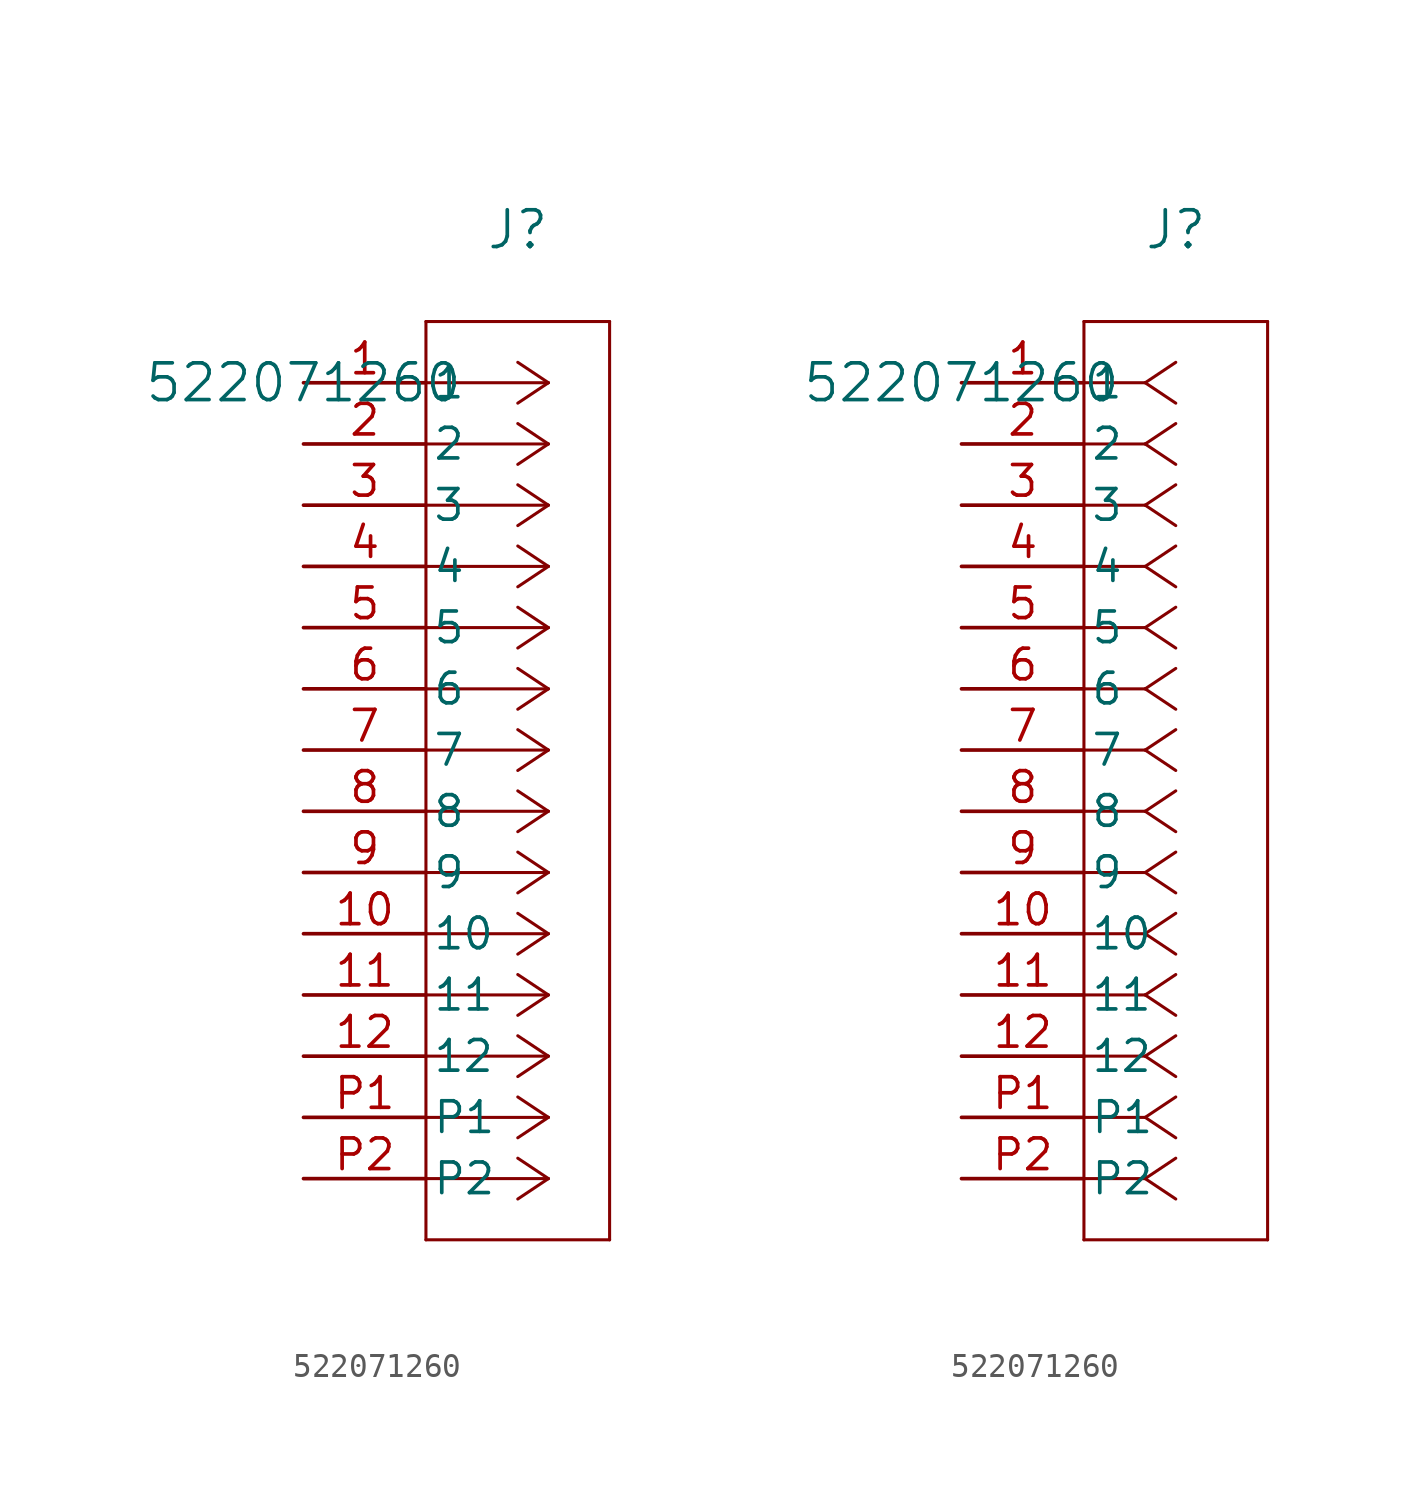
<source format=kicad_sym>
(kicad_symbol_lib
  (version 20220914)
  (generator kicad_symbol_editor)
  (symbol "522071260"
    (pin_names
      (offset 0.254))
    (property "Reference" "J"
      (at 8.89 6.35 0)
      (effects (font (size 1.524 1.524))))
    (property "Value" "522071260"
      (at 0 0 0)
      (effects (font (size 1.524 1.524))))
    (symbol "522071260_1_1"
      (polyline (pts (xy 5.08 -35.56) (xy 12.7 -35.56)) (stroke (width 0.127) (type default)) (fill (type none)))
      (polyline (pts (xy 5.08 2.54) (xy 5.08 -35.56)) (stroke (width 0.127) (type default)) (fill (type none)))
      (polyline (pts (xy 10.16 -33.02) (xy 5.08 -33.02)) (stroke (width 0.127) (type default)) (fill (type none)))
      (polyline (pts (xy 10.16 -33.02) (xy 8.89 -33.867)) (stroke (width 0.127) (type default)) (fill (type none)))
      (polyline (pts (xy 10.16 -33.02) (xy 8.89 -32.173)) (stroke (width 0.127) (type default)) (fill (type none)))
      (polyline (pts (xy 10.16 -30.48) (xy 5.08 -30.48)) (stroke (width 0.127) (type default)) (fill (type none)))
      (polyline (pts (xy 10.16 -30.48) (xy 8.89 -31.327)) (stroke (width 0.127) (type default)) (fill (type none)))
      (polyline (pts (xy 10.16 -30.48) (xy 8.89 -29.633)) (stroke (width 0.127) (type default)) (fill (type none)))
      (polyline (pts (xy 10.16 -27.94) (xy 5.08 -27.94)) (stroke (width 0.127) (type default)) (fill (type none)))
      (polyline (pts (xy 10.16 -27.94) (xy 8.89 -28.787)) (stroke (width 0.127) (type default)) (fill (type none)))
      (polyline (pts (xy 10.16 -27.94) (xy 8.89 -27.093)) (stroke (width 0.127) (type default)) (fill (type none)))
      (polyline (pts (xy 10.16 -25.4) (xy 5.08 -25.4)) (stroke (width 0.127) (type default)) (fill (type none)))
      (polyline (pts (xy 10.16 -25.4) (xy 8.89 -26.247)) (stroke (width 0.127) (type default)) (fill (type none)))
      (polyline (pts (xy 10.16 -25.4) (xy 8.89 -24.553)) (stroke (width 0.127) (type default)) (fill (type none)))
      (polyline (pts (xy 10.16 -22.86) (xy 5.08 -22.86)) (stroke (width 0.127) (type default)) (fill (type none)))
      (polyline (pts (xy 10.16 -22.86) (xy 8.89 -23.707)) (stroke (width 0.127) (type default)) (fill (type none)))
      (polyline (pts (xy 10.16 -22.86) (xy 8.89 -22.013)) (stroke (width 0.127) (type default)) (fill (type none)))
      (polyline (pts (xy 10.16 -20.32) (xy 5.08 -20.32)) (stroke (width 0.127) (type default)) (fill (type none)))
      (polyline (pts (xy 10.16 -20.32) (xy 8.89 -21.167)) (stroke (width 0.127) (type default)) (fill (type none)))
      (polyline (pts (xy 10.16 -20.32) (xy 8.89 -19.473)) (stroke (width 0.127) (type default)) (fill (type none)))
      (polyline (pts (xy 10.16 -17.78) (xy 5.08 -17.78)) (stroke (width 0.127) (type default)) (fill (type none)))
      (polyline (pts (xy 10.16 -17.78) (xy 8.89 -18.627)) (stroke (width 0.127) (type default)) (fill (type none)))
      (polyline (pts (xy 10.16 -17.78) (xy 8.89 -16.933)) (stroke (width 0.127) (type default)) (fill (type none)))
      (polyline (pts (xy 10.16 -15.24) (xy 5.08 -15.24)) (stroke (width 0.127) (type default)) (fill (type none)))
      (polyline (pts (xy 10.16 -15.24) (xy 8.89 -16.087)) (stroke (width 0.127) (type default)) (fill (type none)))
      (polyline (pts (xy 10.16 -15.24) (xy 8.89 -14.393)) (stroke (width 0.127) (type default)) (fill (type none)))
      (polyline (pts (xy 10.16 -12.7) (xy 5.08 -12.7)) (stroke (width 0.127) (type default)) (fill (type none)))
      (polyline (pts (xy 10.16 -12.7) (xy 8.89 -13.547)) (stroke (width 0.127) (type default)) (fill (type none)))
      (polyline (pts (xy 10.16 -12.7) (xy 8.89 -11.853)) (stroke (width 0.127) (type default)) (fill (type none)))
      (polyline (pts (xy 10.16 -10.16) (xy 5.08 -10.16)) (stroke (width 0.127) (type default)) (fill (type none)))
      (polyline (pts (xy 10.16 -10.16) (xy 8.89 -11.007)) (stroke (width 0.127) (type default)) (fill (type none)))
      (polyline (pts (xy 10.16 -10.16) (xy 8.89 -9.313)) (stroke (width 0.127) (type default)) (fill (type none)))
      (polyline (pts (xy 10.16 -7.62) (xy 5.08 -7.62)) (stroke (width 0.127) (type default)) (fill (type none)))
      (polyline (pts (xy 10.16 -7.62) (xy 8.89 -8.467)) (stroke (width 0.127) (type default)) (fill (type none)))
      (polyline (pts (xy 10.16 -7.62) (xy 8.89 -6.773)) (stroke (width 0.127) (type default)) (fill (type none)))
      (polyline (pts (xy 10.16 -5.08) (xy 5.08 -5.08)) (stroke (width 0.127) (type default)) (fill (type none)))
      (polyline (pts (xy 10.16 -5.08) (xy 8.89 -5.927)) (stroke (width 0.127) (type default)) (fill (type none)))
      (polyline (pts (xy 10.16 -5.08) (xy 8.89 -4.233)) (stroke (width 0.127) (type default)) (fill (type none)))
      (polyline (pts (xy 10.16 -2.54) (xy 5.08 -2.54)) (stroke (width 0.127) (type default)) (fill (type none)))
      (polyline (pts (xy 10.16 -2.54) (xy 8.89 -3.387)) (stroke (width 0.127) (type default)) (fill (type none)))
      (polyline (pts (xy 10.16 -2.54) (xy 8.89 -1.693)) (stroke (width 0.127) (type default)) (fill (type none)))
      (polyline (pts (xy 10.16 0) (xy 5.08 0)) (stroke (width 0.127) (type default)) (fill (type none)))
      (polyline (pts (xy 10.16 0) (xy 8.89 -0.847)) (stroke (width 0.127) (type default)) (fill (type none)))
      (polyline (pts (xy 10.16 0) (xy 8.89 0.847)) (stroke (width 0.127) (type default)) (fill (type none)))
      (polyline (pts (xy 12.7 -35.56) (xy 12.7 2.54)) (stroke (width 0.127) (type default)) (fill (type none)))
      (polyline (pts (xy 12.7 2.54) (xy 5.08 2.54)) (stroke (width 0.127) (type default)) (fill (type none)))
      (pin unspecified line (at 0 0 0) (length 5.08) (name "1" (effects (font (size 1.27 1.27)))) (number "1" (effects (font (size 1.27 1.27)))))
      (pin unspecified line (at 0 -22.86 0) (length 5.08) (name "10" (effects (font (size 1.27 1.27)))) (number "10" (effects (font (size 1.27 1.27)))))
      (pin unspecified line (at 0 -25.4 0) (length 5.08) (name "11" (effects (font (size 1.27 1.27)))) (number "11" (effects (font (size 1.27 1.27)))))
      (pin unspecified line (at 0 -27.94 0) (length 5.08) (name "12" (effects (font (size 1.27 1.27)))) (number "12" (effects (font (size 1.27 1.27)))))
      (pin unspecified line (at 0 -2.54 0) (length 5.08) (name "2" (effects (font (size 1.27 1.27)))) (number "2" (effects (font (size 1.27 1.27)))))
      (pin unspecified line (at 0 -5.08 0) (length 5.08) (name "3" (effects (font (size 1.27 1.27)))) (number "3" (effects (font (size 1.27 1.27)))))
      (pin unspecified line (at 0 -7.62 0) (length 5.08) (name "4" (effects (font (size 1.27 1.27)))) (number "4" (effects (font (size 1.27 1.27)))))
      (pin unspecified line (at 0 -10.16 0) (length 5.08) (name "5" (effects (font (size 1.27 1.27)))) (number "5" (effects (font (size 1.27 1.27)))))
      (pin unspecified line (at 0 -12.7 0) (length 5.08) (name "6" (effects (font (size 1.27 1.27)))) (number "6" (effects (font (size 1.27 1.27)))))
      (pin unspecified line (at 0 -15.24 0) (length 5.08) (name "7" (effects (font (size 1.27 1.27)))) (number "7" (effects (font (size 1.27 1.27)))))
      (pin unspecified line (at 0 -17.78 0) (length 5.08) (name "8" (effects (font (size 1.27 1.27)))) (number "8" (effects (font (size 1.27 1.27)))))
      (pin unspecified line (at 0 -20.32 0) (length 5.08) (name "9" (effects (font (size 1.27 1.27)))) (number "9" (effects (font (size 1.27 1.27)))))
      (pin unspecified line (at 0 -30.48 0) (length 5.08) (name "P1" (effects (font (size 1.27 1.27)))) (number "P1" (effects (font (size 1.27 1.27)))))
      (pin unspecified line (at 0 -33.02 0) (length 5.08) (name "P2" (effects (font (size 1.27 1.27)))) (number "P2" (effects (font (size 1.27 1.27))))))
    (symbol "522071260_1_2"
      (polyline (pts (xy 5.08 -35.56) (xy 12.7 -35.56)) (stroke (width 0.127) (type default)) (fill (type none)))
      (polyline (pts (xy 5.08 2.54) (xy 5.08 -35.56)) (stroke (width 0.127) (type default)) (fill (type none)))
      (polyline (pts (xy 7.62 -33.02) (xy 5.08 -33.02)) (stroke (width 0.127) (type default)) (fill (type none)))
      (polyline (pts (xy 7.62 -33.02) (xy 8.89 -33.867)) (stroke (width 0.127) (type default)) (fill (type none)))
      (polyline (pts (xy 7.62 -33.02) (xy 8.89 -32.173)) (stroke (width 0.127) (type default)) (fill (type none)))
      (polyline (pts (xy 7.62 -30.48) (xy 5.08 -30.48)) (stroke (width 0.127) (type default)) (fill (type none)))
      (polyline (pts (xy 7.62 -30.48) (xy 8.89 -31.327)) (stroke (width 0.127) (type default)) (fill (type none)))
      (polyline (pts (xy 7.62 -30.48) (xy 8.89 -29.633)) (stroke (width 0.127) (type default)) (fill (type none)))
      (polyline (pts (xy 7.62 -27.94) (xy 5.08 -27.94)) (stroke (width 0.127) (type default)) (fill (type none)))
      (polyline (pts (xy 7.62 -27.94) (xy 8.89 -28.787)) (stroke (width 0.127) (type default)) (fill (type none)))
      (polyline (pts (xy 7.62 -27.94) (xy 8.89 -27.093)) (stroke (width 0.127) (type default)) (fill (type none)))
      (polyline (pts (xy 7.62 -25.4) (xy 5.08 -25.4)) (stroke (width 0.127) (type default)) (fill (type none)))
      (polyline (pts (xy 7.62 -25.4) (xy 8.89 -26.247)) (stroke (width 0.127) (type default)) (fill (type none)))
      (polyline (pts (xy 7.62 -25.4) (xy 8.89 -24.553)) (stroke (width 0.127) (type default)) (fill (type none)))
      (polyline (pts (xy 7.62 -22.86) (xy 5.08 -22.86)) (stroke (width 0.127) (type default)) (fill (type none)))
      (polyline (pts (xy 7.62 -22.86) (xy 8.89 -23.707)) (stroke (width 0.127) (type default)) (fill (type none)))
      (polyline (pts (xy 7.62 -22.86) (xy 8.89 -22.013)) (stroke (width 0.127) (type default)) (fill (type none)))
      (polyline (pts (xy 7.62 -20.32) (xy 5.08 -20.32)) (stroke (width 0.127) (type default)) (fill (type none)))
      (polyline (pts (xy 7.62 -20.32) (xy 8.89 -21.167)) (stroke (width 0.127) (type default)) (fill (type none)))
      (polyline (pts (xy 7.62 -20.32) (xy 8.89 -19.473)) (stroke (width 0.127) (type default)) (fill (type none)))
      (polyline (pts (xy 7.62 -17.78) (xy 5.08 -17.78)) (stroke (width 0.127) (type default)) (fill (type none)))
      (polyline (pts (xy 7.62 -17.78) (xy 8.89 -18.627)) (stroke (width 0.127) (type default)) (fill (type none)))
      (polyline (pts (xy 7.62 -17.78) (xy 8.89 -16.933)) (stroke (width 0.127) (type default)) (fill (type none)))
      (polyline (pts (xy 7.62 -15.24) (xy 5.08 -15.24)) (stroke (width 0.127) (type default)) (fill (type none)))
      (polyline (pts (xy 7.62 -15.24) (xy 8.89 -16.087)) (stroke (width 0.127) (type default)) (fill (type none)))
      (polyline (pts (xy 7.62 -15.24) (xy 8.89 -14.393)) (stroke (width 0.127) (type default)) (fill (type none)))
      (polyline (pts (xy 7.62 -12.7) (xy 5.08 -12.7)) (stroke (width 0.127) (type default)) (fill (type none)))
      (polyline (pts (xy 7.62 -12.7) (xy 8.89 -13.547)) (stroke (width 0.127) (type default)) (fill (type none)))
      (polyline (pts (xy 7.62 -12.7) (xy 8.89 -11.853)) (stroke (width 0.127) (type default)) (fill (type none)))
      (polyline (pts (xy 7.62 -10.16) (xy 5.08 -10.16)) (stroke (width 0.127) (type default)) (fill (type none)))
      (polyline (pts (xy 7.62 -10.16) (xy 8.89 -11.007)) (stroke (width 0.127) (type default)) (fill (type none)))
      (polyline (pts (xy 7.62 -10.16) (xy 8.89 -9.313)) (stroke (width 0.127) (type default)) (fill (type none)))
      (polyline (pts (xy 7.62 -7.62) (xy 5.08 -7.62)) (stroke (width 0.127) (type default)) (fill (type none)))
      (polyline (pts (xy 7.62 -7.62) (xy 8.89 -8.467)) (stroke (width 0.127) (type default)) (fill (type none)))
      (polyline (pts (xy 7.62 -7.62) (xy 8.89 -6.773)) (stroke (width 0.127) (type default)) (fill (type none)))
      (polyline (pts (xy 7.62 -5.08) (xy 5.08 -5.08)) (stroke (width 0.127) (type default)) (fill (type none)))
      (polyline (pts (xy 7.62 -5.08) (xy 8.89 -5.927)) (stroke (width 0.127) (type default)) (fill (type none)))
      (polyline (pts (xy 7.62 -5.08) (xy 8.89 -4.233)) (stroke (width 0.127) (type default)) (fill (type none)))
      (polyline (pts (xy 7.62 -2.54) (xy 5.08 -2.54)) (stroke (width 0.127) (type default)) (fill (type none)))
      (polyline (pts (xy 7.62 -2.54) (xy 8.89 -3.387)) (stroke (width 0.127) (type default)) (fill (type none)))
      (polyline (pts (xy 7.62 -2.54) (xy 8.89 -1.693)) (stroke (width 0.127) (type default)) (fill (type none)))
      (polyline (pts (xy 7.62 0) (xy 5.08 0)) (stroke (width 0.127) (type default)) (fill (type none)))
      (polyline (pts (xy 7.62 0) (xy 8.89 -0.847)) (stroke (width 0.127) (type default)) (fill (type none)))
      (polyline (pts (xy 7.62 0) (xy 8.89 0.847)) (stroke (width 0.127) (type default)) (fill (type none)))
      (polyline (pts (xy 12.7 -35.56) (xy 12.7 2.54)) (stroke (width 0.127) (type default)) (fill (type none)))
      (polyline (pts (xy 12.7 2.54) (xy 5.08 2.54)) (stroke (width 0.127) (type default)) (fill (type none)))
      (pin unspecified line (at 0 0 0) (length 5.08) (name "1" (effects (font (size 1.27 1.27)))) (number "1" (effects (font (size 1.27 1.27)))))
      (pin unspecified line (at 0 -22.86 0) (length 5.08) (name "10" (effects (font (size 1.27 1.27)))) (number "10" (effects (font (size 1.27 1.27)))))
      (pin unspecified line (at 0 -25.4 0) (length 5.08) (name "11" (effects (font (size 1.27 1.27)))) (number "11" (effects (font (size 1.27 1.27)))))
      (pin unspecified line (at 0 -27.94 0) (length 5.08) (name "12" (effects (font (size 1.27 1.27)))) (number "12" (effects (font (size 1.27 1.27)))))
      (pin unspecified line (at 0 -2.54 0) (length 5.08) (name "2" (effects (font (size 1.27 1.27)))) (number "2" (effects (font (size 1.27 1.27)))))
      (pin unspecified line (at 0 -5.08 0) (length 5.08) (name "3" (effects (font (size 1.27 1.27)))) (number "3" (effects (font (size 1.27 1.27)))))
      (pin unspecified line (at 0 -7.62 0) (length 5.08) (name "4" (effects (font (size 1.27 1.27)))) (number "4" (effects (font (size 1.27 1.27)))))
      (pin unspecified line (at 0 -10.16 0) (length 5.08) (name "5" (effects (font (size 1.27 1.27)))) (number "5" (effects (font (size 1.27 1.27)))))
      (pin unspecified line (at 0 -12.7 0) (length 5.08) (name "6" (effects (font (size 1.27 1.27)))) (number "6" (effects (font (size 1.27 1.27)))))
      (pin unspecified line (at 0 -15.24 0) (length 5.08) (name "7" (effects (font (size 1.27 1.27)))) (number "7" (effects (font (size 1.27 1.27)))))
      (pin unspecified line (at 0 -17.78 0) (length 5.08) (name "8" (effects (font (size 1.27 1.27)))) (number "8" (effects (font (size 1.27 1.27)))))
      (pin unspecified line (at 0 -20.32 0) (length 5.08) (name "9" (effects (font (size 1.27 1.27)))) (number "9" (effects (font (size 1.27 1.27)))))
      (pin unspecified line (at 0 -30.48 0) (length 5.08) (name "P1" (effects (font (size 1.27 1.27)))) (number "P1" (effects (font (size 1.27 1.27)))))
      (pin unspecified line (at 0 -33.02 0) (length 5.08) (name "P2" (effects (font (size 1.27 1.27)))) (number "P2" (effects (font (size 1.27 1.27))))))))
</source>
